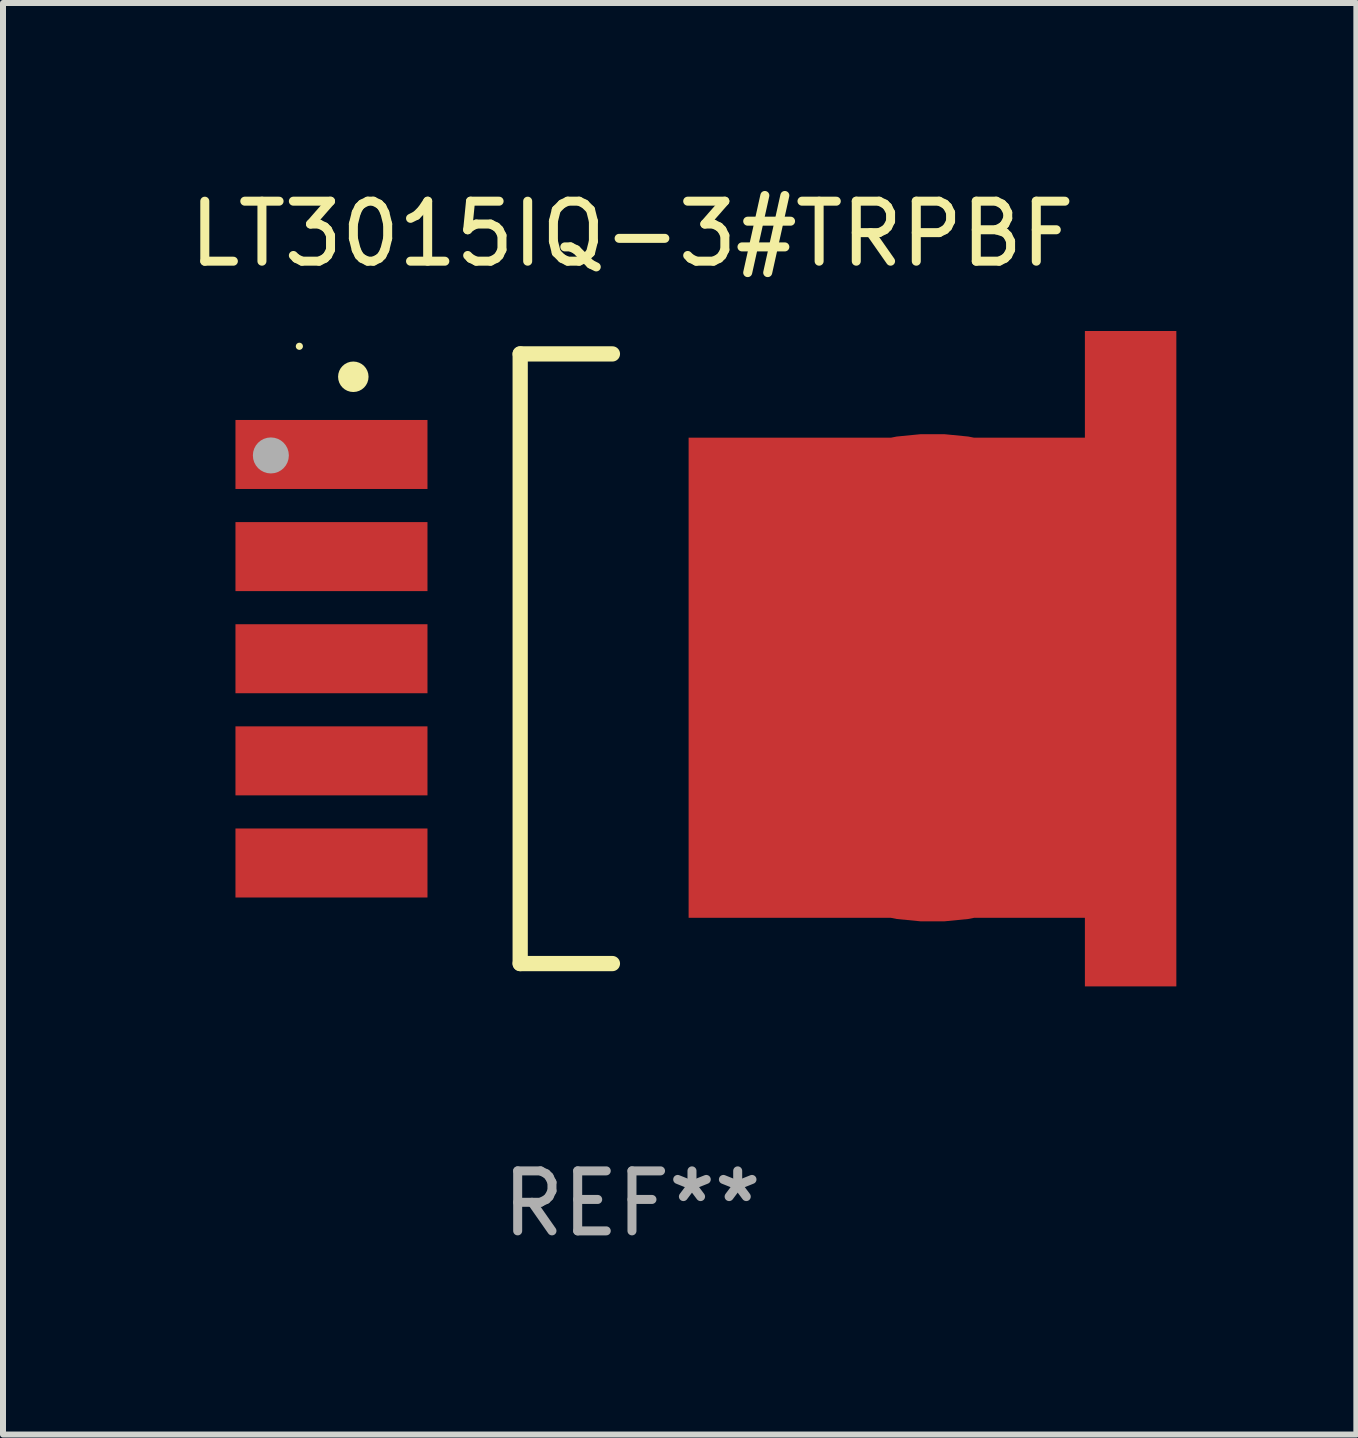
<source format=kicad_pcb>
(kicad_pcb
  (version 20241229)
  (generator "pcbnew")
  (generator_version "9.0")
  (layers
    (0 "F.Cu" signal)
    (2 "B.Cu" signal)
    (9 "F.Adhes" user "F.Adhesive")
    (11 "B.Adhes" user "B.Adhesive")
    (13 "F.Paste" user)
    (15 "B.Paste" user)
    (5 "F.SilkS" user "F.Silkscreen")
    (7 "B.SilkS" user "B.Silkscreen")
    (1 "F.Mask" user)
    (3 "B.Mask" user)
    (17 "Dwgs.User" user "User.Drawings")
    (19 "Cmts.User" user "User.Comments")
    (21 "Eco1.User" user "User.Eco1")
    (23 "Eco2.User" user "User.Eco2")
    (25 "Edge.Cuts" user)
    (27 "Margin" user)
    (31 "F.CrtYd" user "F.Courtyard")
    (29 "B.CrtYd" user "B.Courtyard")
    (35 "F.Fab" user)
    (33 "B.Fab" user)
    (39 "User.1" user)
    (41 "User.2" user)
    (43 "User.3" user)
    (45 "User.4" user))
  (footprint "LT3015IQ-3#TRPBF"
    (layer "F.Cu")
    (at 7.482 7.928)
    (property "Reference" "LT3015IQ-3#TRPBF" (at 0 -7.08 0) (layer "F.SilkS") (effects (font (size 1 1) (thickness 0.15))))
    (attr through_hole)
    (fp_line (start -1.863 -5.08) (end -0.326 -5.08) (stroke (width 0.254) (type solid)) (layer "F.SilkS"))
    (fp_line (start -1.863 5.08) (end -1.863 -5.08) (stroke (width 0.254) (type solid)) (layer "F.SilkS"))
    (fp_line (start -0.326 5.08) (end -1.863 5.08) (stroke (width 0.254) (type solid)) (layer "F.SilkS"))
    (fp_circle (center -5.543 -5.207) (end -5.513 -5.207) (stroke (width 0.06) (type solid)) (fill no) (layer "F.SilkS"))
    (fp_circle (center -4.644 -4.699) (end -4.517 -4.699) (stroke (width 0.254) (type solid)) (fill no) (layer "F.SilkS"))
    (fp_circle (center -6.018 -3.388) (end -5.868 -3.388) (stroke (width 0.3) (type solid)) (fill no) (layer "F.Fab"))
    (fp_text user "REF**" (at 0 9.08 0) (layer "F.Fab") (effects (font (size 1 1) (thickness 0.15))))
    (pad "1" smd rect (at -5.008 -3.404) (size 3.2 1.15) (layers "F.Cu" "F.Mask" "F.Paste"))
    (pad "2" smd rect (at -5.008 -1.702) (size 3.2 1.15) (layers "F.Cu" "F.Mask" "F.Paste"))
    (pad "3" smd rect (at -5.008 -0.000025) (size 3.2 1.15) (layers "F.Cu" "F.Mask" "F.Paste"))
    (pad "4" smd rect (at -5.008 1.702) (size 3.2 1.15) (layers "F.Cu" "F.Mask" "F.Paste"))
    (pad "5" smd rect (at -5.008 3.404) (size 3.2 1.15) (layers "F.Cu" "F.Mask" "F.Paste"))
    (pad "6" smd custom (at 5.008 0.317) (size 8.128 10.922) (layers "F.Cu" "F.Mask" "F.Paste") (options (anchor circle)) (primitives (gr_poly (pts (xy -4.064 -4.001) (xy 2.54 -4.001) (xy 2.54 -5.779) (xy 4.064 -5.779) (xy 4.064 5.144) (xy 2.54 5.144) (xy 2.54 4) (xy -4.064 4)) (width 0) (fill yes)))))
  (gr_rect
    (start -3 -3)
    (end 19.554 20.857)
    (stroke (width 0.1) (type default))
    (fill no)
    (layer "Edge.Cuts")))
</source>
